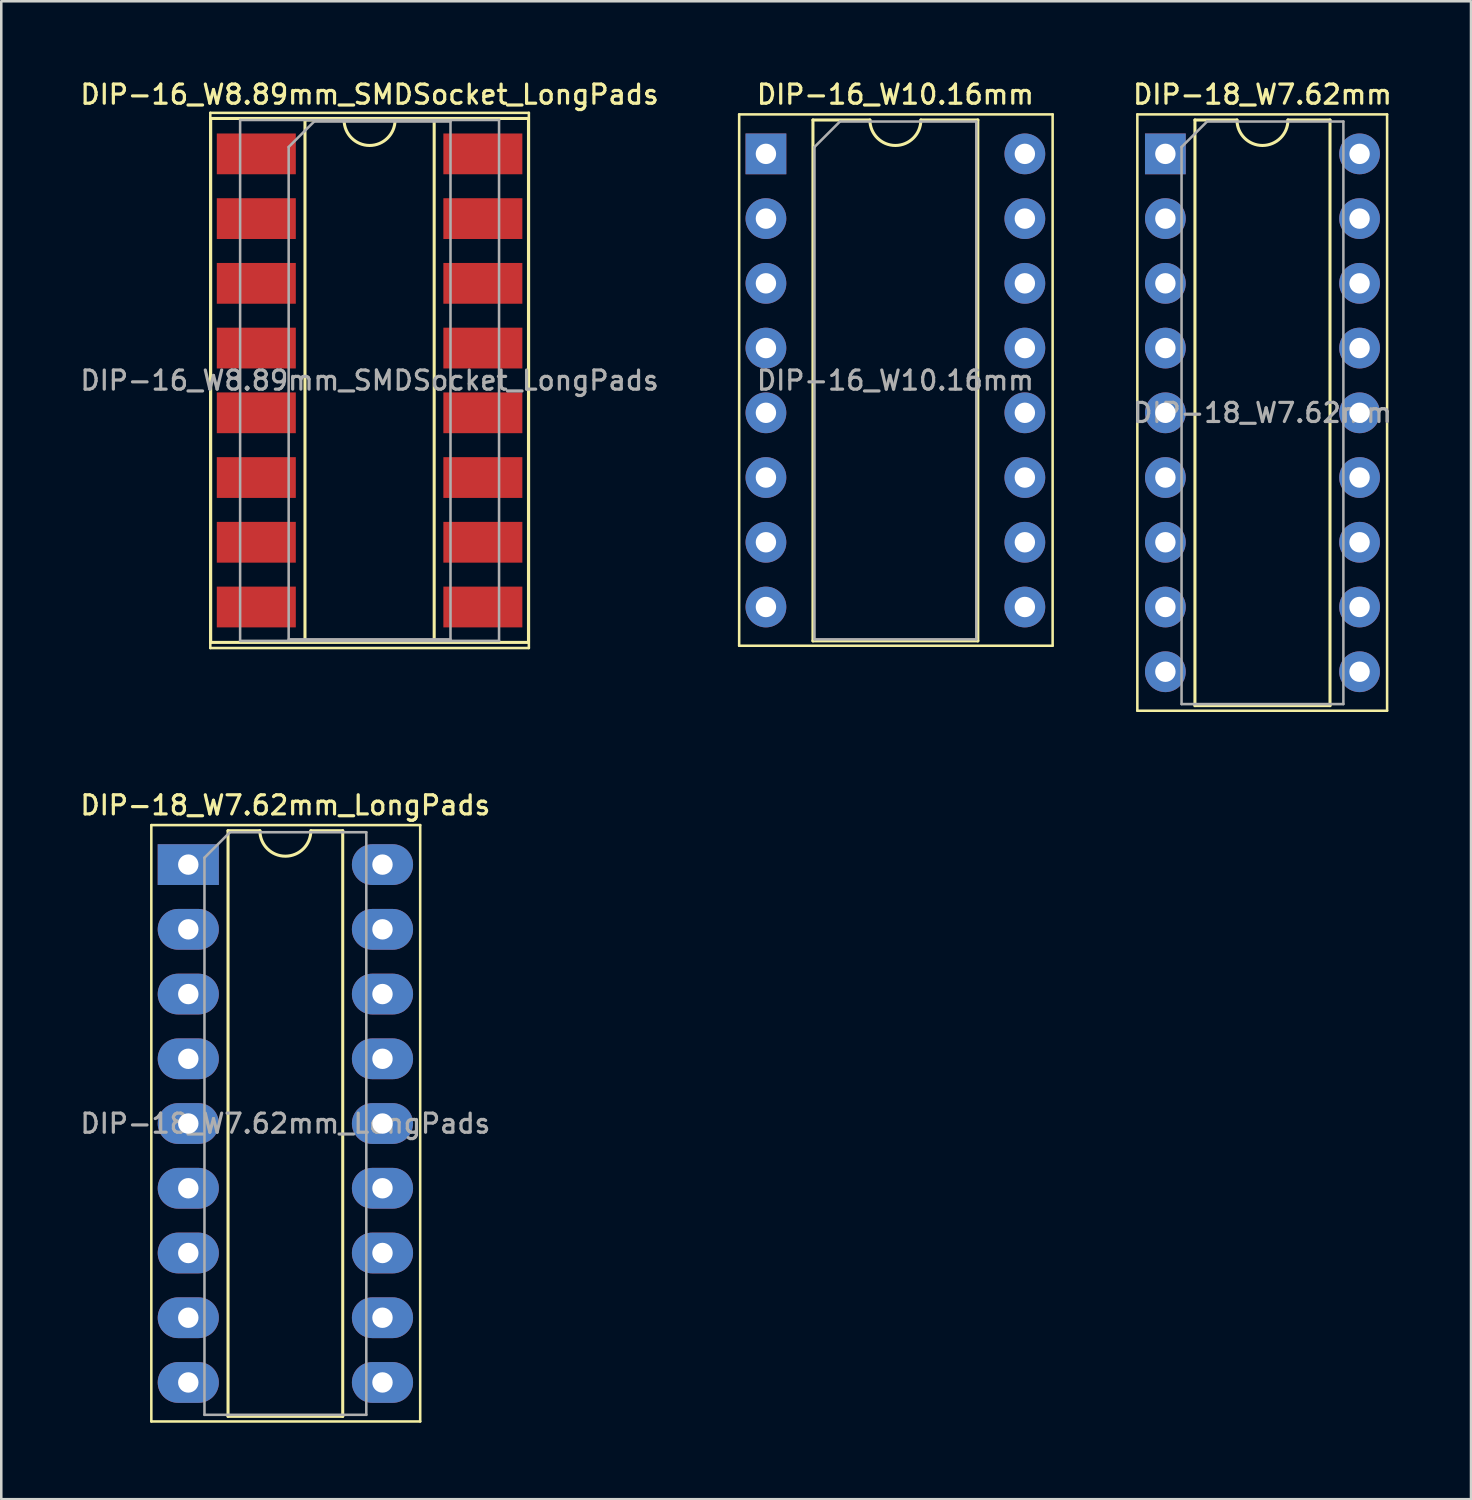
<source format=kicad_pcb>
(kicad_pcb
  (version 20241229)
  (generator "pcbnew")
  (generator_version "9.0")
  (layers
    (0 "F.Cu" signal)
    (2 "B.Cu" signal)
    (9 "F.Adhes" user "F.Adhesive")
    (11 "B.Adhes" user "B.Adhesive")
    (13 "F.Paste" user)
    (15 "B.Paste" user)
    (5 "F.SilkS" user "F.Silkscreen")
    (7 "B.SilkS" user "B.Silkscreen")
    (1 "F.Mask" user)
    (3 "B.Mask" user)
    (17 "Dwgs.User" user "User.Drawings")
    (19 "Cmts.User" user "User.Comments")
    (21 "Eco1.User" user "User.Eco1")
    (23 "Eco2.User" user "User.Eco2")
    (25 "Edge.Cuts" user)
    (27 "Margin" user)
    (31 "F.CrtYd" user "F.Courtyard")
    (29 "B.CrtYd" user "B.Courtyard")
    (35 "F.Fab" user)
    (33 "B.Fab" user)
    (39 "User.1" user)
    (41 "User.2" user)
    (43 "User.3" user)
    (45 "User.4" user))
  (footprint "DIP-18_W7.62mm_LongPads"
    (layer "F.Cu")
    (at 4.338 30.876)
    (property "Reference" "DIP-18_W7.62mm_LongPads" (at 3.81 -2.33 0) (layer "F.SilkS") (effects (font (size 0.75 0.75) (thickness 0.125))))
    (attr through_hole)
    (fp_line (start -1.45 -1.55) (end -1.45 21.85) (stroke (width 0.1) (type solid)) (layer "F.SilkS"))
    (fp_line (start -1.45 21.85) (end 9.1 21.85) (stroke (width 0.1) (type solid)) (layer "F.SilkS"))
    (fp_line (start 1.56 -1.33) (end 1.56 21.65) (stroke (width 0.12) (type solid)) (layer "F.SilkS"))
    (fp_line (start 1.56 21.65) (end 6.06 21.65) (stroke (width 0.12) (type solid)) (layer "F.SilkS"))
    (fp_line (start 2.81 -1.33) (end 1.56 -1.33) (stroke (width 0.12) (type solid)) (layer "F.SilkS"))
    (fp_line (start 6.06 -1.33) (end 4.81 -1.33) (stroke (width 0.12) (type solid)) (layer "F.SilkS"))
    (fp_line (start 6.06 21.65) (end 6.06 -1.33) (stroke (width 0.12) (type solid)) (layer "F.SilkS"))
    (fp_line (start 9.1 -1.55) (end -1.45 -1.55) (stroke (width 0.1) (type solid)) (layer "F.SilkS"))
    (fp_line (start 9.1 21.85) (end 9.1 -1.55) (stroke (width 0.1) (type solid)) (layer "F.SilkS"))
    (fp_arc (start 4.81 -1.33) (mid 3.81 -0.33) (end 2.81 -1.33) (stroke (width 0.12) (type solid)) (layer "F.SilkS"))
    (fp_line (start 0.635 -0.27) (end 1.635 -1.27) (stroke (width 0.1) (type solid)) (layer "F.Fab"))
    (fp_line (start 0.635 21.59) (end 0.635 -0.27) (stroke (width 0.1) (type solid)) (layer "F.Fab"))
    (fp_line (start 1.635 -1.27) (end 6.985 -1.27) (stroke (width 0.1) (type solid)) (layer "F.Fab"))
    (fp_line (start 6.985 -1.27) (end 6.985 21.59) (stroke (width 0.1) (type solid)) (layer "F.Fab"))
    (fp_line (start 6.985 21.59) (end 0.635 21.59) (stroke (width 0.1) (type solid)) (layer "F.Fab"))
    (fp_text user "${REFERENCE}" (at 3.81 10.16 0) (layer "F.Fab") (effects (font (size 0.75 0.75) (thickness 0.125))))
    (pad "1" thru_hole rect (at 0 0) (size 2.4 1.6) (drill 0.8) (layers "*.Cu" "*.Mask"))
    (pad "2" thru_hole oval (at 0 2.54) (size 2.4 1.6) (drill 0.8) (layers "*.Cu" "*.Mask"))
    (pad "3" thru_hole oval (at 0 5.08) (size 2.4 1.6) (drill 0.8) (layers "*.Cu" "*.Mask"))
    (pad "4" thru_hole oval (at 0 7.62) (size 2.4 1.6) (drill 0.8) (layers "*.Cu" "*.Mask"))
    (pad "5" thru_hole oval (at 0 10.16) (size 2.4 1.6) (drill 0.8) (layers "*.Cu" "*.Mask"))
    (pad "6" thru_hole oval (at 0 12.7) (size 2.4 1.6) (drill 0.8) (layers "*.Cu" "*.Mask"))
    (pad "7" thru_hole oval (at 0 15.24) (size 2.4 1.6) (drill 0.8) (layers "*.Cu" "*.Mask"))
    (pad "8" thru_hole oval (at 0 17.78) (size 2.4 1.6) (drill 0.8) (layers "*.Cu" "*.Mask"))
    (pad "9" thru_hole oval (at 0 20.32) (size 2.4 1.6) (drill 0.8) (layers "*.Cu" "*.Mask"))
    (pad "10" thru_hole oval (at 7.62 20.32) (size 2.4 1.6) (drill 0.8) (layers "*.Cu" "*.Mask"))
    (pad "11" thru_hole oval (at 7.62 17.78) (size 2.4 1.6) (drill 0.8) (layers "*.Cu" "*.Mask"))
    (pad "12" thru_hole oval (at 7.62 15.24) (size 2.4 1.6) (drill 0.8) (layers "*.Cu" "*.Mask"))
    (pad "13" thru_hole oval (at 7.62 12.7) (size 2.4 1.6) (drill 0.8) (layers "*.Cu" "*.Mask"))
    (pad "14" thru_hole oval (at 7.62 10.16) (size 2.4 1.6) (drill 0.8) (layers "*.Cu" "*.Mask"))
    (pad "15" thru_hole oval (at 7.62 7.62) (size 2.4 1.6) (drill 0.8) (layers "*.Cu" "*.Mask"))
    (pad "16" thru_hole oval (at 7.62 5.08) (size 2.4 1.6) (drill 0.8) (layers "*.Cu" "*.Mask"))
    (pad "17" thru_hole oval (at 7.62 2.54) (size 2.4 1.6) (drill 0.8) (layers "*.Cu" "*.Mask"))
    (pad "18" thru_hole oval (at 7.62 0) (size 2.4 1.6) (drill 0.8) (layers "*.Cu" "*.Mask")))
  (footprint "DIP-18_W7.62mm"
    (layer "F.Cu")
    (at 42.678 2.988)
    (property "Reference" "DIP-18_W7.62mm" (at 3.81 -2.33 0) (layer "F.SilkS") (effects (font (size 0.75 0.75) (thickness 0.125))))
    (attr through_hole)
    (fp_line (start -1.1 -1.55) (end -1.1 21.85) (stroke (width 0.1) (type solid)) (layer "F.SilkS"))
    (fp_line (start -1.1 21.85) (end 8.7 21.85) (stroke (width 0.1) (type solid)) (layer "F.SilkS"))
    (fp_line (start 1.16 -1.33) (end 1.16 21.65) (stroke (width 0.12) (type solid)) (layer "F.SilkS"))
    (fp_line (start 1.16 21.65) (end 6.46 21.65) (stroke (width 0.12) (type solid)) (layer "F.SilkS"))
    (fp_line (start 2.81 -1.33) (end 1.16 -1.33) (stroke (width 0.12) (type solid)) (layer "F.SilkS"))
    (fp_line (start 6.46 -1.33) (end 4.81 -1.33) (stroke (width 0.12) (type solid)) (layer "F.SilkS"))
    (fp_line (start 6.46 21.65) (end 6.46 -1.33) (stroke (width 0.12) (type solid)) (layer "F.SilkS"))
    (fp_line (start 8.7 -1.55) (end -1.1 -1.55) (stroke (width 0.1) (type solid)) (layer "F.SilkS"))
    (fp_line (start 8.7 21.85) (end 8.7 -1.55) (stroke (width 0.1) (type solid)) (layer "F.SilkS"))
    (fp_arc (start 4.81 -1.33) (mid 3.81 -0.33) (end 2.81 -1.33) (stroke (width 0.12) (type solid)) (layer "F.SilkS"))
    (fp_line (start 0.635 -0.27) (end 1.635 -1.27) (stroke (width 0.1) (type solid)) (layer "F.Fab"))
    (fp_line (start 0.635 21.59) (end 0.635 -0.27) (stroke (width 0.1) (type solid)) (layer "F.Fab"))
    (fp_line (start 1.635 -1.27) (end 6.985 -1.27) (stroke (width 0.1) (type solid)) (layer "F.Fab"))
    (fp_line (start 6.985 -1.27) (end 6.985 21.59) (stroke (width 0.1) (type solid)) (layer "F.Fab"))
    (fp_line (start 6.985 21.59) (end 0.635 21.59) (stroke (width 0.1) (type solid)) (layer "F.Fab"))
    (fp_text user "${REFERENCE}" (at 3.81 10.16 0) (layer "F.Fab") (effects (font (size 0.75 0.75) (thickness 0.125))))
    (pad "1" thru_hole rect (at 0 0) (size 1.6 1.6) (drill 0.8) (layers "*.Cu" "*.Mask"))
    (pad "2" thru_hole oval (at 0 2.54) (size 1.6 1.6) (drill 0.8) (layers "*.Cu" "*.Mask"))
    (pad "3" thru_hole oval (at 0 5.08) (size 1.6 1.6) (drill 0.8) (layers "*.Cu" "*.Mask"))
    (pad "4" thru_hole oval (at 0 7.62) (size 1.6 1.6) (drill 0.8) (layers "*.Cu" "*.Mask"))
    (pad "5" thru_hole oval (at 0 10.16) (size 1.6 1.6) (drill 0.8) (layers "*.Cu" "*.Mask"))
    (pad "6" thru_hole oval (at 0 12.7) (size 1.6 1.6) (drill 0.8) (layers "*.Cu" "*.Mask"))
    (pad "7" thru_hole oval (at 0 15.24) (size 1.6 1.6) (drill 0.8) (layers "*.Cu" "*.Mask"))
    (pad "8" thru_hole oval (at 0 17.78) (size 1.6 1.6) (drill 0.8) (layers "*.Cu" "*.Mask"))
    (pad "9" thru_hole oval (at 0 20.32) (size 1.6 1.6) (drill 0.8) (layers "*.Cu" "*.Mask"))
    (pad "10" thru_hole oval (at 7.62 20.32) (size 1.6 1.6) (drill 0.8) (layers "*.Cu" "*.Mask"))
    (pad "11" thru_hole oval (at 7.62 17.78) (size 1.6 1.6) (drill 0.8) (layers "*.Cu" "*.Mask"))
    (pad "12" thru_hole oval (at 7.62 15.24) (size 1.6 1.6) (drill 0.8) (layers "*.Cu" "*.Mask"))
    (pad "13" thru_hole oval (at 7.62 12.7) (size 1.6 1.6) (drill 0.8) (layers "*.Cu" "*.Mask"))
    (pad "14" thru_hole oval (at 7.62 10.16) (size 1.6 1.6) (drill 0.8) (layers "*.Cu" "*.Mask"))
    (pad "15" thru_hole oval (at 7.62 7.62) (size 1.6 1.6) (drill 0.8) (layers "*.Cu" "*.Mask"))
    (pad "16" thru_hole oval (at 7.62 5.08) (size 1.6 1.6) (drill 0.8) (layers "*.Cu" "*.Mask"))
    (pad "17" thru_hole oval (at 7.62 2.54) (size 1.6 1.6) (drill 0.8) (layers "*.Cu" "*.Mask"))
    (pad "18" thru_hole oval (at 7.62 0) (size 1.6 1.6) (drill 0.8) (layers "*.Cu" "*.Mask")))
  (footprint "DIP-16_W10.16mm"
    (layer "F.Cu")
    (at 27.004 2.988)
    (property "Reference" "DIP-16_W10.16mm" (at 5.08 -2.33 0) (layer "F.SilkS") (effects (font (size 0.75 0.75) (thickness 0.125))))
    (attr through_hole)
    (fp_line (start -1.05 -1.55) (end -1.05 19.3) (stroke (width 0.1) (type solid)) (layer "F.SilkS"))
    (fp_line (start -1.05 19.3) (end 11.25 19.3) (stroke (width 0.1) (type solid)) (layer "F.SilkS"))
    (fp_line (start 1.845 -1.33) (end 1.845 19.11) (stroke (width 0.12) (type solid)) (layer "F.SilkS"))
    (fp_line (start 1.845 19.11) (end 8.315 19.11) (stroke (width 0.12) (type solid)) (layer "F.SilkS"))
    (fp_line (start 4.08 -1.33) (end 1.845 -1.33) (stroke (width 0.12) (type solid)) (layer "F.SilkS"))
    (fp_line (start 8.315 -1.33) (end 6.08 -1.33) (stroke (width 0.12) (type solid)) (layer "F.SilkS"))
    (fp_line (start 8.315 19.11) (end 8.315 -1.33) (stroke (width 0.12) (type solid)) (layer "F.SilkS"))
    (fp_line (start 11.25 -1.55) (end -1.05 -1.55) (stroke (width 0.1) (type solid)) (layer "F.SilkS"))
    (fp_line (start 11.25 19.3) (end 11.25 -1.55) (stroke (width 0.1) (type solid)) (layer "F.SilkS"))
    (fp_arc (start 6.08 -1.33) (mid 5.08 -0.33) (end 4.08 -1.33) (stroke (width 0.12) (type solid)) (layer "F.SilkS"))
    (fp_line (start 1.905 -0.27) (end 2.905 -1.27) (stroke (width 0.1) (type solid)) (layer "F.Fab"))
    (fp_line (start 1.905 19.05) (end 1.905 -0.27) (stroke (width 0.1) (type solid)) (layer "F.Fab"))
    (fp_line (start 2.905 -1.27) (end 8.255 -1.27) (stroke (width 0.1) (type solid)) (layer "F.Fab"))
    (fp_line (start 8.255 -1.27) (end 8.255 19.05) (stroke (width 0.1) (type solid)) (layer "F.Fab"))
    (fp_line (start 8.255 19.05) (end 1.905 19.05) (stroke (width 0.1) (type solid)) (layer "F.Fab"))
    (fp_text user "${REFERENCE}" (at 5.08 8.89 0) (layer "F.Fab") (effects (font (size 0.75 0.75) (thickness 0.125))))
    (pad "1" thru_hole rect (at 0 0) (size 1.6 1.6) (drill 0.8) (layers "*.Cu" "*.Mask"))
    (pad "2" thru_hole oval (at 0 2.54) (size 1.6 1.6) (drill 0.8) (layers "*.Cu" "*.Mask"))
    (pad "3" thru_hole oval (at 0 5.08) (size 1.6 1.6) (drill 0.8) (layers "*.Cu" "*.Mask"))
    (pad "4" thru_hole oval (at 0 7.62) (size 1.6 1.6) (drill 0.8) (layers "*.Cu" "*.Mask"))
    (pad "5" thru_hole oval (at 0 10.16) (size 1.6 1.6) (drill 0.8) (layers "*.Cu" "*.Mask"))
    (pad "6" thru_hole oval (at 0 12.7) (size 1.6 1.6) (drill 0.8) (layers "*.Cu" "*.Mask"))
    (pad "7" thru_hole oval (at 0 15.24) (size 1.6 1.6) (drill 0.8) (layers "*.Cu" "*.Mask"))
    (pad "8" thru_hole oval (at 0 17.78) (size 1.6 1.6) (drill 0.8) (layers "*.Cu" "*.Mask"))
    (pad "9" thru_hole oval (at 10.16 17.78) (size 1.6 1.6) (drill 0.8) (layers "*.Cu" "*.Mask"))
    (pad "10" thru_hole oval (at 10.16 15.24) (size 1.6 1.6) (drill 0.8) (layers "*.Cu" "*.Mask"))
    (pad "11" thru_hole oval (at 10.16 12.7) (size 1.6 1.6) (drill 0.8) (layers "*.Cu" "*.Mask"))
    (pad "12" thru_hole oval (at 10.16 10.16) (size 1.6 1.6) (drill 0.8) (layers "*.Cu" "*.Mask"))
    (pad "13" thru_hole oval (at 10.16 7.62) (size 1.6 1.6) (drill 0.8) (layers "*.Cu" "*.Mask"))
    (pad "14" thru_hole oval (at 10.16 5.08) (size 1.6 1.6) (drill 0.8) (layers "*.Cu" "*.Mask"))
    (pad "15" thru_hole oval (at 10.16 2.54) (size 1.6 1.6) (drill 0.8) (layers "*.Cu" "*.Mask"))
    (pad "16" thru_hole oval (at 10.16 0) (size 1.6 1.6) (drill 0.8) (layers "*.Cu" "*.Mask")))
  (footprint "DIP-16_W8.89mm_SMDSocket_LongPads"
    (layer "F.Cu")
    (at 11.452 11.878)
    (property "Reference" "DIP-16_W8.89mm_SMDSocket_LongPads" (at 0 -11.22 0) (layer "F.SilkS") (effects (font (size 0.75 0.75) (thickness 0.125))))
    (attr smd)
    (fp_line (start -6.25 -10.5) (end -6.25 10.5) (stroke (width 0.1) (type solid)) (layer "F.SilkS"))
    (fp_line (start -6.25 10.5) (end 6.25 10.5) (stroke (width 0.1) (type solid)) (layer "F.SilkS"))
    (fp_line (start -6.235 -10.28) (end -6.235 10.28) (stroke (width 0.12) (type solid)) (layer "F.SilkS"))
    (fp_line (start -6.235 10.28) (end 6.235 10.28) (stroke (width 0.12) (type solid)) (layer "F.SilkS"))
    (fp_line (start -2.535 -10.22) (end -2.535 10.22) (stroke (width 0.12) (type solid)) (layer "F.SilkS"))
    (fp_line (start -2.535 10.22) (end 2.535 10.22) (stroke (width 0.12) (type solid)) (layer "F.SilkS"))
    (fp_line (start -1 -10.22) (end -2.535 -10.22) (stroke (width 0.12) (type solid)) (layer "F.SilkS"))
    (fp_line (start 2.535 -10.22) (end 1 -10.22) (stroke (width 0.12) (type solid)) (layer "F.SilkS"))
    (fp_line (start 2.535 10.22) (end 2.535 -10.22) (stroke (width 0.12) (type solid)) (layer "F.SilkS"))
    (fp_line (start 6.235 -10.28) (end -6.235 -10.28) (stroke (width 0.12) (type solid)) (layer "F.SilkS"))
    (fp_line (start 6.235 10.28) (end 6.235 -10.28) (stroke (width 0.12) (type solid)) (layer "F.SilkS"))
    (fp_line (start 6.25 -10.5) (end -6.25 -10.5) (stroke (width 0.1) (type solid)) (layer "F.SilkS"))
    (fp_line (start 6.25 10.5) (end 6.25 -10.5) (stroke (width 0.1) (type solid)) (layer "F.SilkS"))
    (fp_arc (start 1 -10.22) (mid 0 -9.22) (end -1 -10.22) (stroke (width 0.12) (type solid)) (layer "F.SilkS"))
    (fp_line (start -5.08 -10.22) (end -5.08 10.22) (stroke (width 0.1) (type solid)) (layer "F.Fab"))
    (fp_line (start -5.08 10.22) (end 5.08 10.22) (stroke (width 0.1) (type solid)) (layer "F.Fab"))
    (fp_line (start -3.175 -9.16) (end -2.175 -10.16) (stroke (width 0.1) (type solid)) (layer "F.Fab"))
    (fp_line (start -3.175 10.16) (end -3.175 -9.16) (stroke (width 0.1) (type solid)) (layer "F.Fab"))
    (fp_line (start -2.175 -10.16) (end 3.175 -10.16) (stroke (width 0.1) (type solid)) (layer "F.Fab"))
    (fp_line (start 3.175 -10.16) (end 3.175 10.16) (stroke (width 0.1) (type solid)) (layer "F.Fab"))
    (fp_line (start 3.175 10.16) (end -3.175 10.16) (stroke (width 0.1) (type solid)) (layer "F.Fab"))
    (fp_line (start 5.08 -10.22) (end -5.08 -10.22) (stroke (width 0.1) (type solid)) (layer "F.Fab"))
    (fp_line (start 5.08 10.22) (end 5.08 -10.22) (stroke (width 0.1) (type solid)) (layer "F.Fab"))
    (fp_text user "${REFERENCE}" (at 0 0 0) (layer "F.Fab") (effects (font (size 0.75 0.75) (thickness 0.125))))
    (pad "1" smd rect (at -4.445 -8.89) (size 3.1 1.6) (layers "F.Cu" "F.Mask" "F.Paste"))
    (pad "2" smd rect (at -4.445 -6.35) (size 3.1 1.6) (layers "F.Cu" "F.Mask" "F.Paste"))
    (pad "3" smd rect (at -4.445 -3.81) (size 3.1 1.6) (layers "F.Cu" "F.Mask" "F.Paste"))
    (pad "4" smd rect (at -4.445 -1.27) (size 3.1 1.6) (layers "F.Cu" "F.Mask" "F.Paste"))
    (pad "5" smd rect (at -4.445 1.27) (size 3.1 1.6) (layers "F.Cu" "F.Mask" "F.Paste"))
    (pad "6" smd rect (at -4.445 3.81) (size 3.1 1.6) (layers "F.Cu" "F.Mask" "F.Paste"))
    (pad "7" smd rect (at -4.445 6.35) (size 3.1 1.6) (layers "F.Cu" "F.Mask" "F.Paste"))
    (pad "8" smd rect (at -4.445 8.89) (size 3.1 1.6) (layers "F.Cu" "F.Mask" "F.Paste"))
    (pad "9" smd rect (at 4.445 8.89) (size 3.1 1.6) (layers "F.Cu" "F.Mask" "F.Paste"))
    (pad "10" smd rect (at 4.445 6.35) (size 3.1 1.6) (layers "F.Cu" "F.Mask" "F.Paste"))
    (pad "11" smd rect (at 4.445 3.81) (size 3.1 1.6) (layers "F.Cu" "F.Mask" "F.Paste"))
    (pad "12" smd rect (at 4.445 1.27) (size 3.1 1.6) (layers "F.Cu" "F.Mask" "F.Paste"))
    (pad "13" smd rect (at 4.445 -1.27) (size 3.1 1.6) (layers "F.Cu" "F.Mask" "F.Paste"))
    (pad "14" smd rect (at 4.445 -3.81) (size 3.1 1.6) (layers "F.Cu" "F.Mask" "F.Paste"))
    (pad "15" smd rect (at 4.445 -6.35) (size 3.1 1.6) (layers "F.Cu" "F.Mask" "F.Paste"))
    (pad "16" smd rect (at 4.445 -8.89) (size 3.1 1.6) (layers "F.Cu" "F.Mask" "F.Paste")))
  (gr_rect
    (start -3 -3)
    (end 54.671 55.776)
    (stroke (width 0.1) (type default))
    (fill no)
    (layer "Edge.Cuts")))
</source>
